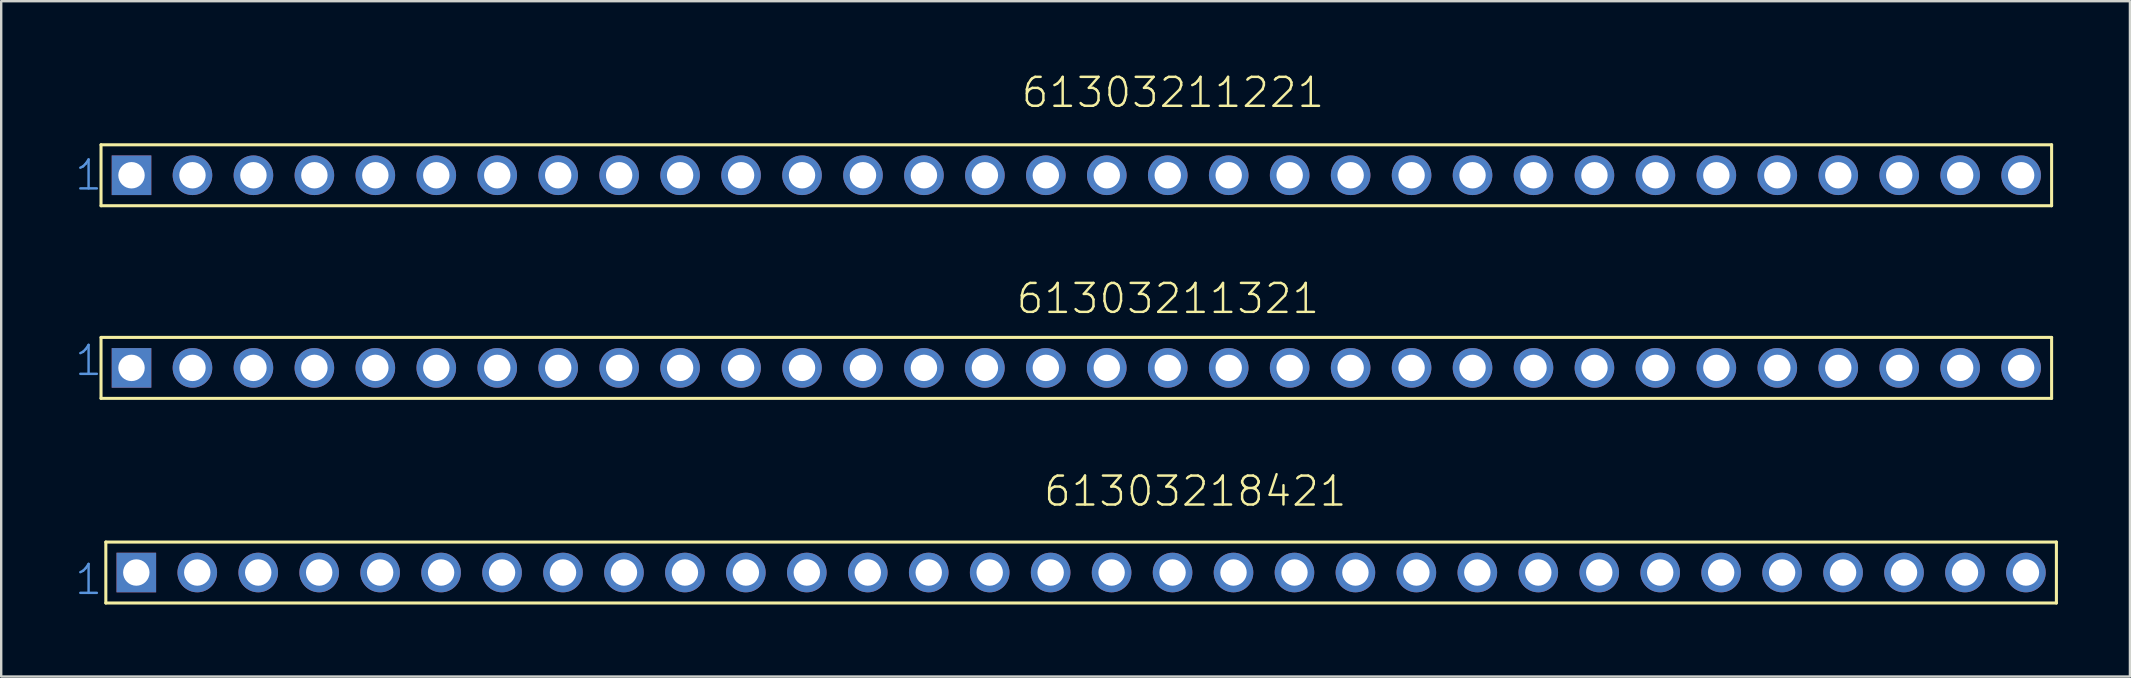
<source format=kicad_pcb>
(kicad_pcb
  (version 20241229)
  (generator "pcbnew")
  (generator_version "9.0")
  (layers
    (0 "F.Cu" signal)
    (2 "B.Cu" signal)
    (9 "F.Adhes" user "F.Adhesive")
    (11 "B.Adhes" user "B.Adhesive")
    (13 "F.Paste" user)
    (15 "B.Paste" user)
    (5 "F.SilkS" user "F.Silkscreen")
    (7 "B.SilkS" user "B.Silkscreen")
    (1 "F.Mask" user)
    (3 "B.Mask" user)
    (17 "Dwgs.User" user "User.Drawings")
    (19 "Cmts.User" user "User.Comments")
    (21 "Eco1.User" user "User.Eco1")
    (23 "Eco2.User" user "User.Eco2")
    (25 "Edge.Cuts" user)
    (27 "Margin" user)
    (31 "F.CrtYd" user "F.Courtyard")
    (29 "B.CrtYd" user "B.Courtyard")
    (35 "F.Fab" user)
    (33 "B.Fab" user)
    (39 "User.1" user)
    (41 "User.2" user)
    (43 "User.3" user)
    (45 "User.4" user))
  (footprint "61303211221"
    (layer "F.Cu")
    (at 41.8 4.253)
    (property "Reference" "61303211221" (at -2.358 -2.742 0) (layer "F.SilkS") (effects (font (size 1.206 1.206) (thickness 0.102)) (justify left bottom)))
    (attr through_hole)
    (fp_line (start -40.64 -1.27) (end 40.64 -1.27) (stroke (width 0.127) (type solid)) (layer "F.SilkS"))
    (fp_line (start -40.64 1.27) (end -40.64 -1.27) (stroke (width 0.127) (type solid)) (layer "F.SilkS"))
    (fp_line (start 40.64 -1.27) (end 40.64 1.27) (stroke (width 0.127) (type solid)) (layer "F.SilkS"))
    (fp_line (start 40.64 1.27) (end -40.64 1.27) (stroke (width 0.127) (type solid)) (layer "F.SilkS"))
    (fp_text user "1" (at -41.8 0.7 0) (layer "Cmts.User") (effects (font (size 1.206 1.206) (thickness 0.102)) (justify left bottom)))
    (pad "1" thru_hole rect (at -39.37 0) (size 1.65 1.65) (drill 1.1) (layers "*.Cu" "*.Mask"))
    (pad "2" thru_hole circle (at -36.83 0) (size 1.65 1.65) (drill 1.1) (layers "*.Cu" "*.Mask"))
    (pad "3" thru_hole circle (at -34.29 0) (size 1.65 1.65) (drill 1.1) (layers "*.Cu" "*.Mask"))
    (pad "4" thru_hole circle (at -31.75 0) (size 1.65 1.65) (drill 1.1) (layers "*.Cu" "*.Mask"))
    (pad "5" thru_hole circle (at -29.21 0) (size 1.65 1.65) (drill 1.1) (layers "*.Cu" "*.Mask"))
    (pad "6" thru_hole circle (at -26.67 0) (size 1.65 1.65) (drill 1.1) (layers "*.Cu" "*.Mask"))
    (pad "7" thru_hole circle (at -24.13 0) (size 1.65 1.65) (drill 1.1) (layers "*.Cu" "*.Mask"))
    (pad "8" thru_hole circle (at -21.59 0) (size 1.65 1.65) (drill 1.1) (layers "*.Cu" "*.Mask"))
    (pad "9" thru_hole circle (at -19.05 0) (size 1.65 1.65) (drill 1.1) (layers "*.Cu" "*.Mask"))
    (pad "10" thru_hole circle (at -16.51 0) (size 1.65 1.65) (drill 1.1) (layers "*.Cu" "*.Mask"))
    (pad "11" thru_hole circle (at -13.97 0) (size 1.65 1.65) (drill 1.1) (layers "*.Cu" "*.Mask"))
    (pad "12" thru_hole circle (at -11.43 0) (size 1.65 1.65) (drill 1.1) (layers "*.Cu" "*.Mask"))
    (pad "13" thru_hole circle (at -8.89 0) (size 1.65 1.65) (drill 1.1) (layers "*.Cu" "*.Mask"))
    (pad "14" thru_hole circle (at -6.35 0) (size 1.65 1.65) (drill 1.1) (layers "*.Cu" "*.Mask"))
    (pad "15" thru_hole circle (at -3.81 0) (size 1.65 1.65) (drill 1.1) (layers "*.Cu" "*.Mask"))
    (pad "16" thru_hole circle (at -1.27 0) (size 1.65 1.65) (drill 1.1) (layers "*.Cu" "*.Mask"))
    (pad "17" thru_hole circle (at 1.27 0) (size 1.65 1.65) (drill 1.1) (layers "*.Cu" "*.Mask"))
    (pad "18" thru_hole circle (at 3.81 0) (size 1.65 1.65) (drill 1.1) (layers "*.Cu" "*.Mask"))
    (pad "19" thru_hole circle (at 6.35 0) (size 1.65 1.65) (drill 1.1) (layers "*.Cu" "*.Mask"))
    (pad "20" thru_hole circle (at 8.89 0) (size 1.65 1.65) (drill 1.1) (layers "*.Cu" "*.Mask"))
    (pad "21" thru_hole circle (at 11.43 0) (size 1.65 1.65) (drill 1.1) (layers "*.Cu" "*.Mask"))
    (pad "22" thru_hole circle (at 13.97 0) (size 1.65 1.65) (drill 1.1) (layers "*.Cu" "*.Mask"))
    (pad "23" thru_hole circle (at 16.51 0) (size 1.65 1.65) (drill 1.1) (layers "*.Cu" "*.Mask"))
    (pad "24" thru_hole circle (at 19.05 0) (size 1.65 1.65) (drill 1.1) (layers "*.Cu" "*.Mask"))
    (pad "25" thru_hole circle (at 21.59 0) (size 1.65 1.65) (drill 1.1) (layers "*.Cu" "*.Mask"))
    (pad "26" thru_hole circle (at 24.13 0) (size 1.65 1.65) (drill 1.1) (layers "*.Cu" "*.Mask"))
    (pad "27" thru_hole circle (at 26.67 0) (size 1.65 1.65) (drill 1.1) (layers "*.Cu" "*.Mask"))
    (pad "28" thru_hole circle (at 29.21 0) (size 1.65 1.65) (drill 1.1) (layers "*.Cu" "*.Mask"))
    (pad "29" thru_hole circle (at 31.75 0) (size 1.65 1.65) (drill 1.1) (layers "*.Cu" "*.Mask"))
    (pad "30" thru_hole circle (at 34.29 0) (size 1.65 1.65) (drill 1.1) (layers "*.Cu" "*.Mask"))
    (pad "31" thru_hole circle (at 36.83 0) (size 1.65 1.65) (drill 1.1) (layers "*.Cu" "*.Mask"))
    (pad "32" thru_hole circle (at 39.37 0) (size 1.65 1.65) (drill 1.1) (layers "*.Cu" "*.Mask")))
  (footprint "61303211321"
    (layer "F.Cu")
    (at 41.8 12.28)
    (property "Reference" "61303211321" (at -2.568 -2.182 0) (layer "F.SilkS") (effects (font (size 1.206 1.206) (thickness 0.102)) (justify left bottom)))
    (attr through_hole)
    (fp_line (start -40.64 -1.27) (end 40.64 -1.27) (stroke (width 0.127) (type solid)) (layer "F.SilkS"))
    (fp_line (start -40.64 1.27) (end -40.64 -1.27) (stroke (width 0.127) (type solid)) (layer "F.SilkS"))
    (fp_line (start 40.64 -1.27) (end 40.64 1.27) (stroke (width 0.127) (type solid)) (layer "F.SilkS"))
    (fp_line (start 40.64 1.27) (end -40.64 1.27) (stroke (width 0.127) (type solid)) (layer "F.SilkS"))
    (fp_text user "1" (at -41.8 0.4 0) (layer "Cmts.User") (effects (font (size 1.206 1.206) (thickness 0.102)) (justify left bottom)))
    (pad "1" thru_hole rect (at -39.37 0) (size 1.65 1.65) (drill 1.1) (layers "*.Cu" "*.Mask"))
    (pad "2" thru_hole circle (at -36.83 0) (size 1.65 1.65) (drill 1.1) (layers "*.Cu" "*.Mask"))
    (pad "3" thru_hole circle (at -34.29 0) (size 1.65 1.65) (drill 1.1) (layers "*.Cu" "*.Mask"))
    (pad "4" thru_hole circle (at -31.75 0) (size 1.65 1.65) (drill 1.1) (layers "*.Cu" "*.Mask"))
    (pad "5" thru_hole circle (at -29.21 0) (size 1.65 1.65) (drill 1.1) (layers "*.Cu" "*.Mask"))
    (pad "6" thru_hole circle (at -26.67 0) (size 1.65 1.65) (drill 1.1) (layers "*.Cu" "*.Mask"))
    (pad "7" thru_hole circle (at -24.13 0) (size 1.65 1.65) (drill 1.1) (layers "*.Cu" "*.Mask"))
    (pad "8" thru_hole circle (at -21.59 0) (size 1.65 1.65) (drill 1.1) (layers "*.Cu" "*.Mask"))
    (pad "9" thru_hole circle (at -19.05 0) (size 1.65 1.65) (drill 1.1) (layers "*.Cu" "*.Mask"))
    (pad "10" thru_hole circle (at -16.51 0) (size 1.65 1.65) (drill 1.1) (layers "*.Cu" "*.Mask"))
    (pad "11" thru_hole circle (at -13.97 0) (size 1.65 1.65) (drill 1.1) (layers "*.Cu" "*.Mask"))
    (pad "12" thru_hole circle (at -11.43 0) (size 1.65 1.65) (drill 1.1) (layers "*.Cu" "*.Mask"))
    (pad "13" thru_hole circle (at -8.89 0) (size 1.65 1.65) (drill 1.1) (layers "*.Cu" "*.Mask"))
    (pad "14" thru_hole circle (at -6.35 0) (size 1.65 1.65) (drill 1.1) (layers "*.Cu" "*.Mask"))
    (pad "15" thru_hole circle (at -3.81 0) (size 1.65 1.65) (drill 1.1) (layers "*.Cu" "*.Mask"))
    (pad "16" thru_hole circle (at -1.27 0) (size 1.65 1.65) (drill 1.1) (layers "*.Cu" "*.Mask"))
    (pad "17" thru_hole circle (at 1.27 0) (size 1.65 1.65) (drill 1.1) (layers "*.Cu" "*.Mask"))
    (pad "18" thru_hole circle (at 3.81 0) (size 1.65 1.65) (drill 1.1) (layers "*.Cu" "*.Mask"))
    (pad "19" thru_hole circle (at 6.35 0) (size 1.65 1.65) (drill 1.1) (layers "*.Cu" "*.Mask"))
    (pad "20" thru_hole circle (at 8.89 0) (size 1.65 1.65) (drill 1.1) (layers "*.Cu" "*.Mask"))
    (pad "21" thru_hole circle (at 11.43 0) (size 1.65 1.65) (drill 1.1) (layers "*.Cu" "*.Mask"))
    (pad "22" thru_hole circle (at 13.97 0) (size 1.65 1.65) (drill 1.1) (layers "*.Cu" "*.Mask"))
    (pad "23" thru_hole circle (at 16.51 0) (size 1.65 1.65) (drill 1.1) (layers "*.Cu" "*.Mask"))
    (pad "24" thru_hole circle (at 19.05 0) (size 1.65 1.65) (drill 1.1) (layers "*.Cu" "*.Mask"))
    (pad "25" thru_hole circle (at 21.59 0) (size 1.65 1.65) (drill 1.1) (layers "*.Cu" "*.Mask"))
    (pad "26" thru_hole circle (at 24.13 0) (size 1.65 1.65) (drill 1.1) (layers "*.Cu" "*.Mask"))
    (pad "27" thru_hole circle (at 26.67 0) (size 1.65 1.65) (drill 1.1) (layers "*.Cu" "*.Mask"))
    (pad "28" thru_hole circle (at 29.21 0) (size 1.65 1.65) (drill 1.1) (layers "*.Cu" "*.Mask"))
    (pad "29" thru_hole circle (at 31.75 0) (size 1.65 1.65) (drill 1.1) (layers "*.Cu" "*.Mask"))
    (pad "30" thru_hole circle (at 34.29 0) (size 1.65 1.65) (drill 1.1) (layers "*.Cu" "*.Mask"))
    (pad "31" thru_hole circle (at 36.83 0) (size 1.65 1.65) (drill 1.1) (layers "*.Cu" "*.Mask"))
    (pad "32" thru_hole circle (at 39.37 0) (size 1.65 1.65) (drill 1.1) (layers "*.Cu" "*.Mask")))
  (footprint "61303218421"
    (layer "F.Cu")
    (at 42 20.807)
    (property "Reference" "61303218421" (at -1.628 -2.682 0) (layer "F.SilkS") (effects (font (size 1.206 1.206) (thickness 0.102)) (justify left bottom)))
    (attr through_hole)
    (fp_line (start -40.64 -1.27) (end 40.64 -1.27) (stroke (width 0.127) (type solid)) (layer "F.SilkS"))
    (fp_line (start -40.64 1.27) (end -40.64 -1.27) (stroke (width 0.127) (type solid)) (layer "F.SilkS"))
    (fp_line (start 40.64 -1.27) (end 40.64 1.27) (stroke (width 0.127) (type solid)) (layer "F.SilkS"))
    (fp_line (start 40.64 1.27) (end -40.64 1.27) (stroke (width 0.127) (type solid)) (layer "F.SilkS"))
    (fp_text user "1" (at -42 1 0) (layer "Cmts.User") (effects (font (size 1.206 1.206) (thickness 0.102)) (justify left bottom)))
    (pad "1" thru_hole rect (at -39.37 0) (size 1.65 1.65) (drill 1.1) (layers "*.Cu" "*.Mask"))
    (pad "2" thru_hole circle (at -36.83 0) (size 1.65 1.65) (drill 1.1) (layers "*.Cu" "*.Mask"))
    (pad "3" thru_hole circle (at -34.29 0) (size 1.65 1.65) (drill 1.1) (layers "*.Cu" "*.Mask"))
    (pad "4" thru_hole circle (at -31.75 0) (size 1.65 1.65) (drill 1.1) (layers "*.Cu" "*.Mask"))
    (pad "5" thru_hole circle (at -29.21 0) (size 1.65 1.65) (drill 1.1) (layers "*.Cu" "*.Mask"))
    (pad "6" thru_hole circle (at -26.67 0) (size 1.65 1.65) (drill 1.1) (layers "*.Cu" "*.Mask"))
    (pad "7" thru_hole circle (at -24.13 0) (size 1.65 1.65) (drill 1.1) (layers "*.Cu" "*.Mask"))
    (pad "8" thru_hole circle (at -21.59 0) (size 1.65 1.65) (drill 1.1) (layers "*.Cu" "*.Mask"))
    (pad "9" thru_hole circle (at -19.05 0) (size 1.65 1.65) (drill 1.1) (layers "*.Cu" "*.Mask"))
    (pad "10" thru_hole circle (at -16.51 0) (size 1.65 1.65) (drill 1.1) (layers "*.Cu" "*.Mask"))
    (pad "11" thru_hole circle (at -13.97 0) (size 1.65 1.65) (drill 1.1) (layers "*.Cu" "*.Mask"))
    (pad "12" thru_hole circle (at -11.43 0) (size 1.65 1.65) (drill 1.1) (layers "*.Cu" "*.Mask"))
    (pad "13" thru_hole circle (at -8.89 0) (size 1.65 1.65) (drill 1.1) (layers "*.Cu" "*.Mask"))
    (pad "14" thru_hole circle (at -6.35 0) (size 1.65 1.65) (drill 1.1) (layers "*.Cu" "*.Mask"))
    (pad "15" thru_hole circle (at -3.81 0) (size 1.65 1.65) (drill 1.1) (layers "*.Cu" "*.Mask"))
    (pad "16" thru_hole circle (at -1.27 0) (size 1.65 1.65) (drill 1.1) (layers "*.Cu" "*.Mask"))
    (pad "17" thru_hole circle (at 1.27 0) (size 1.65 1.65) (drill 1.1) (layers "*.Cu" "*.Mask"))
    (pad "18" thru_hole circle (at 3.81 0) (size 1.65 1.65) (drill 1.1) (layers "*.Cu" "*.Mask"))
    (pad "19" thru_hole circle (at 6.35 0) (size 1.65 1.65) (drill 1.1) (layers "*.Cu" "*.Mask"))
    (pad "20" thru_hole circle (at 8.89 0) (size 1.65 1.65) (drill 1.1) (layers "*.Cu" "*.Mask"))
    (pad "21" thru_hole circle (at 11.43 0) (size 1.65 1.65) (drill 1.1) (layers "*.Cu" "*.Mask"))
    (pad "22" thru_hole circle (at 13.97 0) (size 1.65 1.65) (drill 1.1) (layers "*.Cu" "*.Mask"))
    (pad "23" thru_hole circle (at 16.51 0) (size 1.65 1.65) (drill 1.1) (layers "*.Cu" "*.Mask"))
    (pad "24" thru_hole circle (at 19.05 0) (size 1.65 1.65) (drill 1.1) (layers "*.Cu" "*.Mask"))
    (pad "25" thru_hole circle (at 21.59 0) (size 1.65 1.65) (drill 1.1) (layers "*.Cu" "*.Mask"))
    (pad "26" thru_hole circle (at 24.13 0) (size 1.65 1.65) (drill 1.1) (layers "*.Cu" "*.Mask"))
    (pad "27" thru_hole circle (at 26.67 0) (size 1.65 1.65) (drill 1.1) (layers "*.Cu" "*.Mask"))
    (pad "28" thru_hole circle (at 29.21 0) (size 1.65 1.65) (drill 1.1) (layers "*.Cu" "*.Mask"))
    (pad "29" thru_hole circle (at 31.75 0) (size 1.65 1.65) (drill 1.1) (layers "*.Cu" "*.Mask"))
    (pad "30" thru_hole circle (at 34.29 0) (size 1.65 1.65) (drill 1.1) (layers "*.Cu" "*.Mask"))
    (pad "31" thru_hole circle (at 36.83 0) (size 1.65 1.65) (drill 1.1) (layers "*.Cu" "*.Mask"))
    (pad "32" thru_hole circle (at 39.37 0) (size 1.65 1.65) (drill 1.1) (layers "*.Cu" "*.Mask")))
  (gr_rect
    (start -3 -3)
    (end 85.704 25.141)
    (stroke (width 0.1) (type default))
    (fill no)
    (layer "Edge.Cuts")))
</source>
